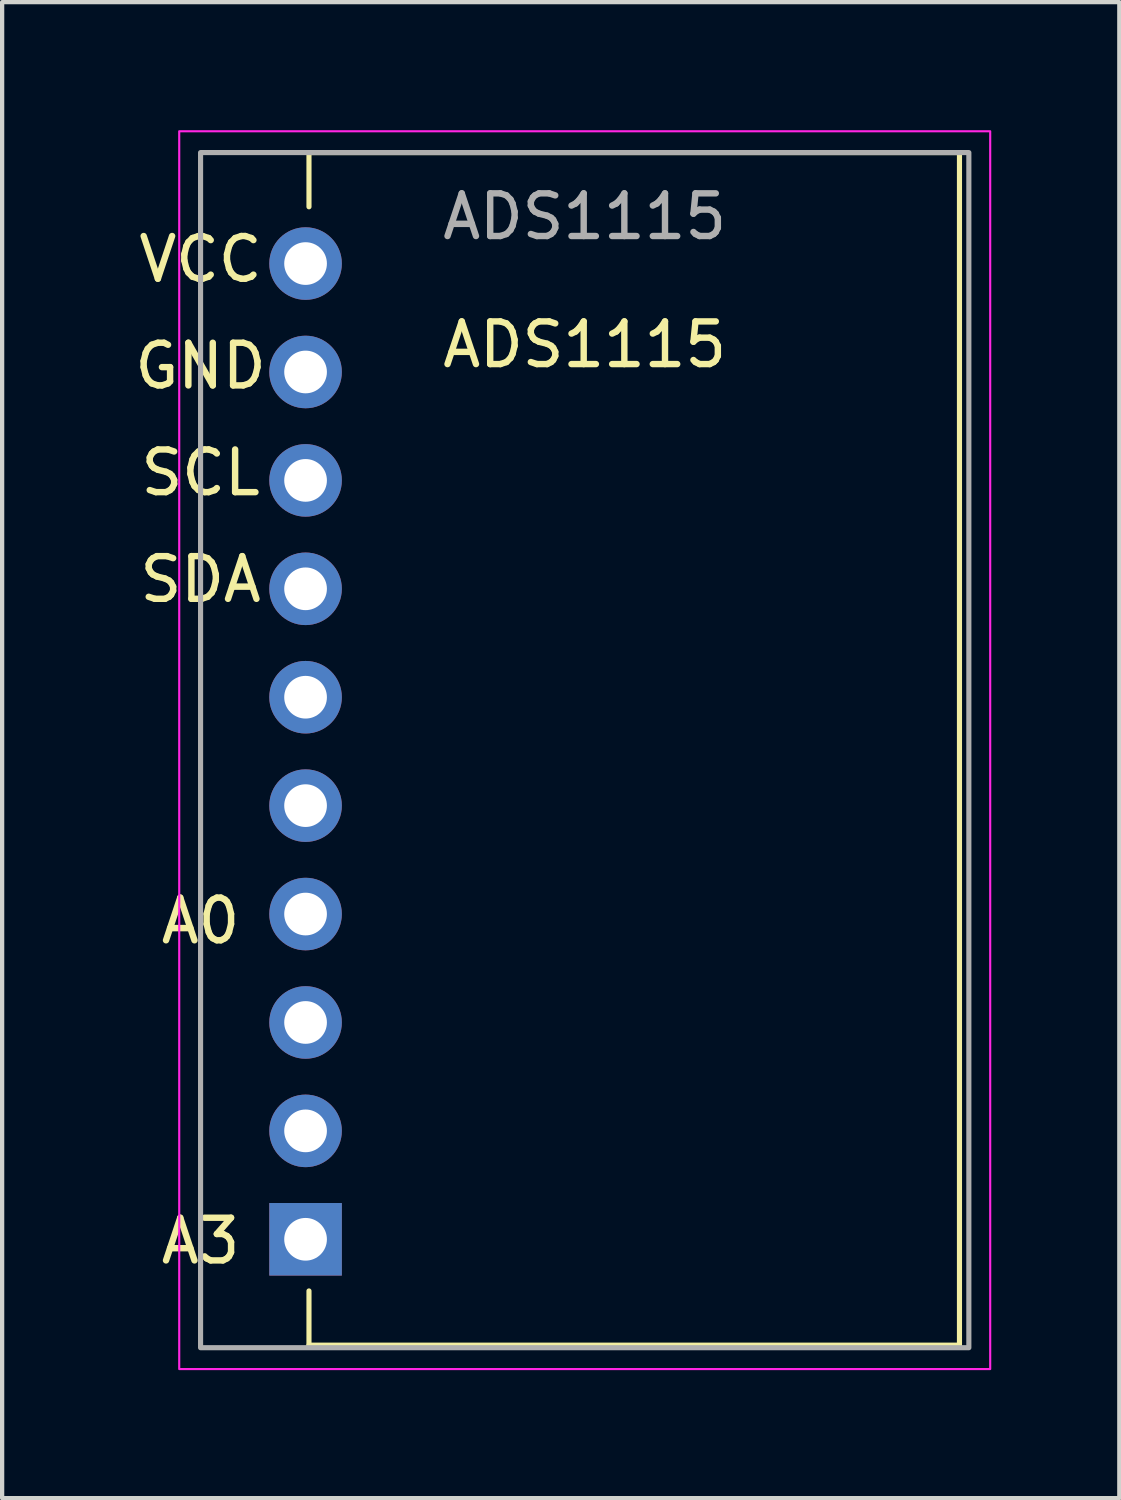
<source format=kicad_pcb>
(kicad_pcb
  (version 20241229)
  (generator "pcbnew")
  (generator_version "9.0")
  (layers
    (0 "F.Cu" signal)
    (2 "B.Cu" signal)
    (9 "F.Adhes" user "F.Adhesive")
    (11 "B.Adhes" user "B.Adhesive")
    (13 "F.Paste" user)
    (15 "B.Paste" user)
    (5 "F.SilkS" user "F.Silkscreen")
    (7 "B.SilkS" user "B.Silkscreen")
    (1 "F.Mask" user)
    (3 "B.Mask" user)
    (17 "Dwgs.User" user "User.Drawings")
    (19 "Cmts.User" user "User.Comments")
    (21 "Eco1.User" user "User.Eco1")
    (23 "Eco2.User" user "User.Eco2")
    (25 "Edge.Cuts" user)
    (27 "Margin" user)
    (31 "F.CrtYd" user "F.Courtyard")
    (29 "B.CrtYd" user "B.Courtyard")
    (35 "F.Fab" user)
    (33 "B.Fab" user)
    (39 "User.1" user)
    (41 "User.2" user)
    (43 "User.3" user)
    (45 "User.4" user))
  (footprint "ADS1115"
    (layer "F.Cu")
    (at 1.649 0.525)
    (property "Reference" "ADS1115" (at 9 4.5 0) (unlocked yes) (layer "F.SilkS") (effects (font (size 1 1) (thickness 0.15))))
    (attr through_hole)
    (fp_line (start 2.54 0) (end 17.78 0) (stroke (width 0.12) (type solid)) (layer "F.SilkS"))
    (fp_line (start 2.54 1.27) (end 2.54 0) (stroke (width 0.12) (type solid)) (layer "F.SilkS"))
    (fp_line (start 2.54 27.94) (end 2.54 26.67) (stroke (width 0.12) (type solid)) (layer "F.SilkS"))
    (fp_line (start 17.78 0) (end 17.78 27.94) (stroke (width 0.12) (type solid)) (layer "F.SilkS"))
    (fp_line (start 17.78 27.94) (end 2.54 27.94) (stroke (width 0.12) (type solid)) (layer "F.SilkS"))
    (fp_rect (start -0.5 -0.5) (end 18.5 28.5) (stroke (width 0.05) (type solid)) (fill no) (layer "F.CrtYd"))
    (fp_rect (start 0 0) (end 18 28) (stroke (width 0.12) (type solid)) (fill no) (layer "F.Fab"))
    (fp_text user "SDA" (at 0 10 0) (unlocked yes) (layer "F.SilkS") (effects (font (size 1 1) (thickness 0.15))))
    (fp_text user "A0" (at 0 18 0) (unlocked yes) (layer "F.SilkS") (effects (font (size 1 1) (thickness 0.15))))
    (fp_text user "VCC" (at 0 2.5 0) (unlocked yes) (layer "F.SilkS") (effects (font (size 1 1) (thickness 0.15))))
    (fp_text user "A3" (at 0 25.5 0) (unlocked yes) (layer "F.SilkS") (effects (font (size 1 1) (thickness 0.15))))
    (fp_text user "GND" (at 0 5 0) (unlocked yes) (layer "F.SilkS") (effects (font (size 1 1) (thickness 0.15))))
    (fp_text user "SCL" (at 0 7.5 0) (unlocked yes) (layer "F.SilkS") (effects (font (size 1 1) (thickness 0.15))))
    (fp_text user "${REFERENCE}" (at 9 1.5 0) (unlocked yes) (layer "F.Fab") (effects (font (size 1 1) (thickness 0.15))))
    (pad "1" thru_hole rect (at 2.46 25.46 180) (size 1.7 1.7) (drill 1) (layers "*.Cu" "*.Mask"))
    (pad "2" thru_hole oval (at 2.46 22.92 180) (size 1.7 1.7) (drill 1) (layers "*.Cu" "*.Mask"))
    (pad "3" thru_hole oval (at 2.46 20.38 180) (size 1.7 1.7) (drill 1) (layers "*.Cu" "*.Mask"))
    (pad "4" thru_hole oval (at 2.46 17.84 180) (size 1.7 1.7) (drill 1) (layers "*.Cu" "*.Mask"))
    (pad "5" thru_hole oval (at 2.46 15.3 180) (size 1.7 1.7) (drill 1) (layers "*.Cu" "*.Mask"))
    (pad "6" thru_hole oval (at 2.46 12.76 180) (size 1.7 1.7) (drill 1) (layers "*.Cu" "*.Mask"))
    (pad "7" thru_hole oval (at 2.46 10.22 180) (size 1.7 1.7) (drill 1) (layers "*.Cu" "*.Mask"))
    (pad "8" thru_hole oval (at 2.46 7.68 180) (size 1.7 1.7) (drill 1) (layers "*.Cu" "*.Mask"))
    (pad "9" thru_hole oval (at 2.46 5.14 180) (size 1.7 1.7) (drill 1) (layers "*.Cu" "*.Mask"))
    (pad "10" thru_hole oval (at 2.46 2.6 180) (size 1.7 1.7) (drill 1) (layers "*.Cu" "*.Mask")))
  (gr_rect
    (start -3 -3)
    (end 23.174 32.05)
    (stroke (width 0.1) (type default))
    (fill no)
    (layer "Edge.Cuts")))
</source>
